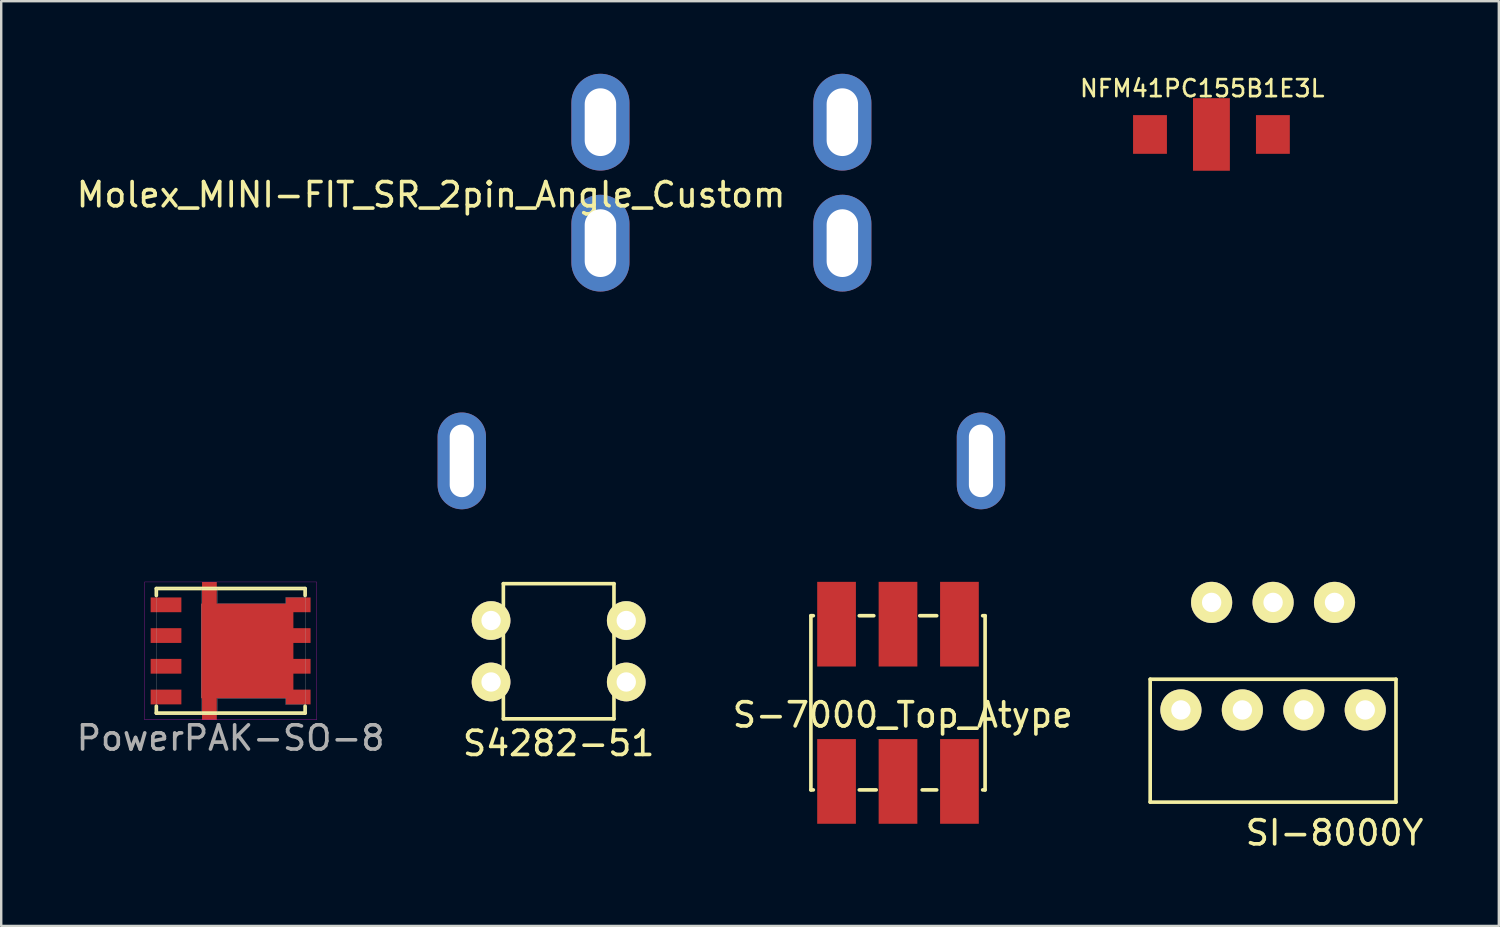
<source format=kicad_pcb>
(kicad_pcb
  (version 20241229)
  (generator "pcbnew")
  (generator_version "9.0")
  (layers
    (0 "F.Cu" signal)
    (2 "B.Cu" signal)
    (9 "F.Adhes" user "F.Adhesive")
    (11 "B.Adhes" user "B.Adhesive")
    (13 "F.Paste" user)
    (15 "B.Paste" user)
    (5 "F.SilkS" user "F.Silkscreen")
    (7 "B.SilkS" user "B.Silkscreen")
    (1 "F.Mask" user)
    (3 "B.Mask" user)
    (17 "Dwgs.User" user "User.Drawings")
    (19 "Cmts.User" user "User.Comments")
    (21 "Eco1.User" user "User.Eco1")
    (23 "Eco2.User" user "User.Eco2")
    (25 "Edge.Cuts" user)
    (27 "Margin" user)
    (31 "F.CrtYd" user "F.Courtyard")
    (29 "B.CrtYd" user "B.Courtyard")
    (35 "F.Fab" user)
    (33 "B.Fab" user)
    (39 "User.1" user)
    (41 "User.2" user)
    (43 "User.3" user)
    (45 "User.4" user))
  (footprint "NFM41PC155B1E3L"
    (layer "F.Cu")
    (at 47.024 2.508)
    (property "Reference" "NFM41PC155B1E3L" (at -0.381 -1.905 0) (layer "F.SilkS") (effects (font (size 0.7 0.7) (thickness 0.11))))
    (attr through_hole)
    (pad "1" smd rect (at -2.54 0) (size 1.4 1.6) (layers "F.Cu" "F.Mask" "F.Paste"))
    (pad "2" smd rect (at 0 0) (size 1.524 3) (layers "F.Cu" "F.Mask" "F.Paste"))
    (pad "3" smd rect (at 2.54 0) (size 1.4 1.6) (layers "F.Cu" "F.Mask" "F.Paste")))
  (footprint "SI-8000Y"
    (layer "F.Cu")
    (at 49.572 25.025)
    (property "Reference" "SI-8000Y" (at 2.54 6.35 0) (layer "F.SilkS") (effects (font (size 1 1) (thickness 0.15))))
    (attr through_hole)
    (fp_line (start -5.08 0) (end -5.08 5.08) (stroke (width 0.15) (type solid)) (layer "F.SilkS"))
    (fp_line (start -5.08 5.08) (end 5.08 5.08) (stroke (width 0.15) (type solid)) (layer "F.SilkS"))
    (fp_line (start 5.08 0) (end -5.08 0) (stroke (width 0.15) (type solid)) (layer "F.SilkS"))
    (fp_line (start 5.08 5.08) (end 5.08 0) (stroke (width 0.15) (type solid)) (layer "F.SilkS"))
    (pad "1" thru_hole circle (at -3.81 1.27) (size 1.7 1.7) (drill 0.8) (layers "*.Cu" "*.Mask" "F.SilkS"))
    (pad "2" thru_hole circle (at -2.54 -3.175) (size 1.7 1.7) (drill 0.8) (layers "*.Cu" "*.Mask" "F.SilkS"))
    (pad "3" thru_hole circle (at -1.27 1.27) (size 1.7 1.7) (drill 0.8) (layers "*.Cu" "*.Mask" "F.SilkS"))
    (pad "4" thru_hole circle (at 0 -3.175) (size 1.7 1.7) (drill 0.8) (layers "*.Cu" "*.Mask" "F.SilkS"))
    (pad "5" thru_hole circle (at 1.27 1.27) (size 1.7 1.7) (drill 0.8) (layers "*.Cu" "*.Mask" "F.SilkS"))
    (pad "6" thru_hole circle (at 2.54 -3.175) (size 1.7 1.7) (drill 0.8) (layers "*.Cu" "*.Mask" "F.SilkS"))
    (pad "7" thru_hole circle (at 3.81 1.27) (size 1.7 1.7) (drill 0.8) (layers "*.Cu" "*.Mask" "F.SilkS")))
  (footprint "PowerPAK-SO-8"
    (layer "F.Cu")
    (at 6.482 23.855)
    (property "Reference" "PowerPAK-SO-8" (at 0 3.6 0) (layer "F.Fab") (effects (font (size 1 1) (thickness 0.15))))
    (attr through_hole)
    (fp_line (start -3.07 -2.58) (end 3.08 -2.58) (stroke (width 0.15) (type solid)) (layer "F.SilkS"))
    (fp_line (start -3.07 -2.575) (end -3.07 -2.29) (stroke (width 0.15) (type solid)) (layer "F.SilkS"))
    (fp_line (start -3.07 2.285) (end -3.07 2.57) (stroke (width 0.15) (type solid)) (layer "F.SilkS"))
    (fp_line (start -3.07 2.57) (end 3.08 2.57) (stroke (width 0.15) (type solid)) (layer "F.SilkS"))
    (fp_line (start 3.08 -2.575) (end 3.08 -2.29) (stroke (width 0.15) (type solid)) (layer "F.SilkS"))
    (fp_line (start 3.08 2.285) (end 3.08 2.57) (stroke (width 0.15) (type solid)) (layer "F.SilkS"))
    (fp_line (start -3.55 -2.85) (end -3.55 2.85) (stroke (width 0.01) (type solid)) (layer "F.CrtYd"))
    (fp_line (start -3.55 2.85) (end 3.55 2.85) (stroke (width 0.01) (type solid)) (layer "F.CrtYd"))
    (fp_line (start 3.55 -2.85) (end -3.55 -2.85) (stroke (width 0.01) (type solid)) (layer "F.CrtYd"))
    (fp_line (start 3.55 2.85) (end 3.55 -2.85) (stroke (width 0.01) (type solid)) (layer "F.CrtYd"))
    (fp_line (start -3.07 -2.58) (end 3.08 -2.58) (stroke (width 0.01) (type solid)) (layer "F.Fab"))
    (fp_line (start -3.07 2.57) (end -3.07 -2.58) (stroke (width 0.01) (type solid)) (layer "F.Fab"))
    (fp_line (start -1.21 -2.58) (end -1.21 2.57) (stroke (width 0.01) (type solid)) (layer "F.Fab"))
    (fp_line (start -0.54 -2.58) (end -0.54 -1.96) (stroke (width 0.01) (type solid)) (layer "F.Fab"))
    (fp_line (start -0.54 -1.96) (end 2.28 -1.96) (stroke (width 0.01) (type solid)) (layer "F.Fab"))
    (fp_line (start -0.54 1.96) (end -0.54 2.57) (stroke (width 0.01) (type solid)) (layer "F.Fab"))
    (fp_line (start -0.54 1.96) (end 2.28 1.96) (stroke (width 0.01) (type solid)) (layer "F.Fab"))
    (fp_line (start 2.28 -2.21) (end 3.08 -2.21) (stroke (width 0.01) (type solid)) (layer "F.Fab"))
    (fp_line (start 2.28 -1.96) (end 2.28 -2.21) (stroke (width 0.01) (type solid)) (layer "F.Fab"))
    (fp_line (start 2.28 1.96) (end 2.28 2.22) (stroke (width 0.01) (type solid)) (layer "F.Fab"))
    (fp_line (start 2.28 2.22) (end 3.08 2.22) (stroke (width 0.01) (type solid)) (layer "F.Fab"))
    (fp_line (start 3.08 -2.58) (end 3.08 2.57) (stroke (width 0.01) (type solid)) (layer "F.Fab"))
    (fp_line (start 3.08 2.57) (end -3.07 2.57) (stroke (width 0.01) (type solid)) (layer "F.Fab"))
    (pad "1" smd rect (at -2.67 1.905) (size 1.27 0.61) (layers "F.Cu" "F.Mask" "F.Paste"))
    (pad "2" smd rect (at -0.876 -2.337 90) (size 1.02 0.61) (layers "F.Cu" "F.Mask" "F.Paste"))
    (pad "2" smd rect (at -0.876 2.337 270) (size 1.02 0.61) (layers "F.Cu" "F.Mask" "F.Paste"))
    (pad "2" smd rect (at 0.69 0) (size 3.81 3.91) (layers "F.Cu" "F.Mask" "F.Paste"))
    (pad "2" smd rect (at 2.795 -1.905) (size 1.02 0.61) (layers "F.Cu" "F.Mask" "F.Paste"))
    (pad "2" smd rect (at 2.795 -0.635) (size 1.02 0.61) (layers "F.Cu" "F.Mask" "F.Paste"))
    (pad "2" smd rect (at 2.795 0.635) (size 1.02 0.61) (layers "F.Cu" "F.Mask" "F.Paste"))
    (pad "2" smd rect (at 2.795 1.905) (size 1.02 0.61) (layers "F.Cu" "F.Mask" "F.Paste"))
    (pad "3" smd rect (at -2.67 -1.905) (size 1.27 0.61) (layers "F.Cu" "F.Mask" "F.Paste"))
    (pad "3" smd rect (at -2.67 -0.635) (size 1.27 0.61) (layers "F.Cu" "F.Mask" "F.Paste"))
    (pad "3" smd rect (at -2.67 0.635) (size 1.27 0.61) (layers "F.Cu" "F.Mask" "F.Paste")))
  (footprint "Molex_MINI-FIT_SR_2pin_Angle_Custom"
    (layer "F.Cu")
    (at 26.768 4.5)
    (property "Reference" "Molex_MINI-FIT_SR_2pin_Angle_Custom" (at -12 0.5 0) (layer "F.SilkS") (effects (font (size 1 1) (thickness 0.15))))
    (attr through_hole)
    (pad "1" thru_hole oval (at -5 -2.5) (size 2.4 4) (drill oval 1.3 2.8) (layers "*.Cu" "*.Mask"))
    (pad "1" thru_hole oval (at -5 2.5) (size 2.4 4) (drill oval 1.3 2.8) (layers "*.Cu" "*.Mask"))
    (pad "2" thru_hole oval (at 5 -2.5) (size 2.4 4) (drill oval 1.3 2.8) (layers "*.Cu" "*.Mask"))
    (pad "2" thru_hole oval (at 5 2.5) (size 2.4 4) (drill oval 1.3 2.8) (layers "*.Cu" "*.Mask"))
    (pad "3" thru_hole oval (at -10.73 11.5) (size 2 4) (drill oval 1 3) (layers "*.Cu" "*.Mask"))
    (pad "3" thru_hole oval (at 10.73 11.5) (size 2 4) (drill oval 1 3) (layers "*.Cu" "*.Mask")))
  (footprint "S4282-51"
    (layer "F.Cu")
    (at 20.042 23.869)
    (property "Reference" "S4282-51" (at 0 3.81 0) (layer "F.SilkS") (effects (font (size 1 1) (thickness 0.15))))
    (attr through_hole)
    (fp_line (start -2.286 -2.794) (end 2.286 -2.794) (stroke (width 0.15) (type solid)) (layer "F.SilkS"))
    (fp_line (start -2.286 2.794) (end -2.286 -2.794) (stroke (width 0.15) (type solid)) (layer "F.SilkS"))
    (fp_line (start 2.286 -2.794) (end 2.286 2.794) (stroke (width 0.15) (type solid)) (layer "F.SilkS"))
    (fp_line (start 2.286 2.794) (end -2.286 2.794) (stroke (width 0.15) (type solid)) (layer "F.SilkS"))
    (pad "1" thru_hole circle (at -2.794 -1.27) (size 1.6 1.6) (drill 0.8) (layers "*.Cu" "*.Mask" "F.SilkS"))
    (pad "2" thru_hole circle (at -2.794 1.27) (size 1.6 1.6) (drill 0.8) (layers "*.Cu" "*.Mask" "F.SilkS"))
    (pad "3" thru_hole circle (at 2.794 1.27) (size 1.6 1.6) (drill 0.8) (layers "*.Cu" "*.Mask" "F.SilkS"))
    (pad "4" thru_hole circle (at 2.794 -1.27) (size 1.6 1.6) (drill 0.8) (layers "*.Cu" "*.Mask" "F.SilkS")))
  (footprint "S-7000_Top_Atype"
    (layer "F.Cu")
    (at 34.068 26)
    (property "Reference" "S-7000_Top_Atype" (at 0.2 0.5 0) (layer "F.SilkS") (effects (font (size 1 1) (thickness 0.15))))
    (attr through_hole)
    (fp_line (start -3.6 -3.6) (end -3.6 3.6) (stroke (width 0.15) (type solid)) (layer "F.SilkS"))
    (fp_line (start -3.6 -3.6) (end -3.5 -3.6) (stroke (width 0.15) (type solid)) (layer "F.SilkS"))
    (fp_line (start -3.6 3.6) (end -3.5 3.6) (stroke (width 0.15) (type solid)) (layer "F.SilkS"))
    (fp_line (start -1.6 -3.6) (end -1 -3.6) (stroke (width 0.15) (type solid)) (layer "F.SilkS"))
    (fp_line (start -1.6 3.6) (end -0.9 3.6) (stroke (width 0.15) (type solid)) (layer "F.SilkS"))
    (fp_line (start 0.9 -3.6) (end 1.6 -3.6) (stroke (width 0.15) (type solid)) (layer "F.SilkS"))
    (fp_line (start 1 3.6) (end 1.6 3.6) (stroke (width 0.15) (type solid)) (layer "F.SilkS"))
    (fp_line (start 3.6 -3.6) (end 3.5 -3.6) (stroke (width 0.15) (type solid)) (layer "F.SilkS"))
    (fp_line (start 3.6 -3.6) (end 3.6 3.6) (stroke (width 0.15) (type solid)) (layer "F.SilkS"))
    (fp_line (start 3.6 3.6) (end 3.5 3.6) (stroke (width 0.15) (type solid)) (layer "F.SilkS"))
    (pad "1" smd rect (at 2.54 -3.25) (size 1.6 3.5) (layers "F.Cu" "F.Mask" "F.Paste"))
    (pad "1" smd rect (at 2.54 3.25) (size 1.6 3.5) (layers "F.Cu" "F.Mask" "F.Paste"))
    (pad "2" smd rect (at 0 -3.25) (size 1.6 3.5) (layers "F.Cu" "F.Mask" "F.Paste"))
    (pad "3" smd rect (at -2.54 -3.25) (size 1.6 3.5) (layers "F.Cu" "F.Mask" "F.Paste"))
    (pad "4" smd rect (at -2.54 3.25) (size 1.6 3.5) (layers "F.Cu" "F.Mask" "F.Paste"))
    (pad "5" smd rect (at 0 3.25) (size 1.6 3.5) (layers "F.Cu" "F.Mask" "F.Paste")))
  (gr_rect
    (start -3 -3)
    (end 58.903 35.223)
    (stroke (width 0.1) (type default))
    (fill no)
    (layer "Edge.Cuts")))
</source>
